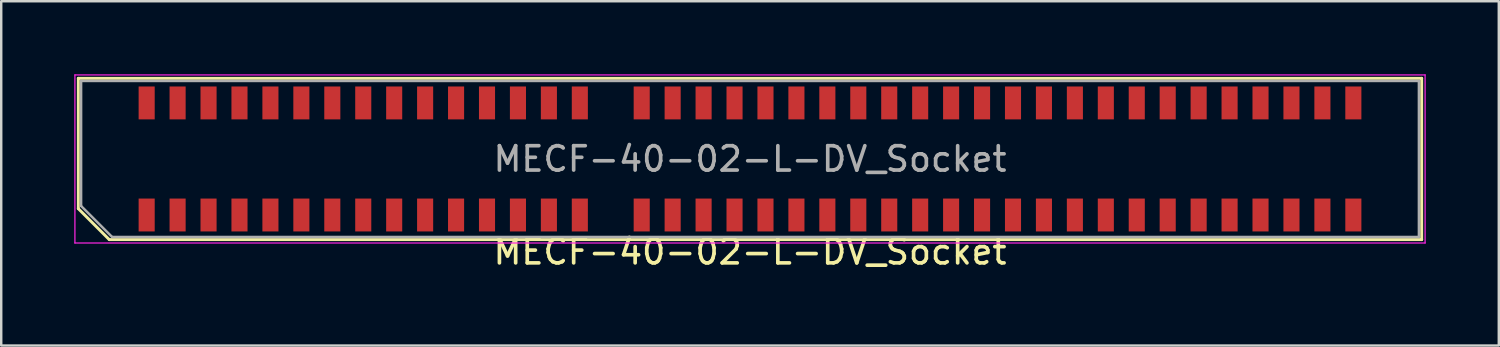
<source format=kicad_pcb>
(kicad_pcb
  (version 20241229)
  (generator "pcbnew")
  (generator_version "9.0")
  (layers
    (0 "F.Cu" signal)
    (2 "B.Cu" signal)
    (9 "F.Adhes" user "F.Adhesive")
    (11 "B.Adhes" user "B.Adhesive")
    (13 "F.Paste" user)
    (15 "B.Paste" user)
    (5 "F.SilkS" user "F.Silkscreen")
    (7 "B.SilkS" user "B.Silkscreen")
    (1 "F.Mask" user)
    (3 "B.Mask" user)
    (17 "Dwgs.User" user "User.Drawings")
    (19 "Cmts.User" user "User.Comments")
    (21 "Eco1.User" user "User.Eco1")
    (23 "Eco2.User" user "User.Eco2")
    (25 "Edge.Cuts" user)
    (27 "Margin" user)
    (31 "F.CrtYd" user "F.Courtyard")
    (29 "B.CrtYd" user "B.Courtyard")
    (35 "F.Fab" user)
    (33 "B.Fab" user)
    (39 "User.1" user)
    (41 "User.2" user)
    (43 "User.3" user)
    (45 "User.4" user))
  (footprint "MECF-40-02-L-DV_Socket"
    (layer "F.Cu")
    (at 27.735 3.475)
    (property "Reference" "MECF-40-02-L-DV_Socket" (at 0 3.81 0) (layer "F.SilkS") (effects (font (size 1 1) (thickness 0.15))))
    (attr smd)
    (fp_line (start -27.57 -3.31) (end 27.57 -3.31) (stroke (width 0.12) (type solid)) (layer "F.SilkS"))
    (fp_line (start -27.57 2.04) (end -27.57 -3.31) (stroke (width 0.12) (type solid)) (layer "F.SilkS"))
    (fp_line (start -26.3 3.31) (end -27.57 2.04) (stroke (width 0.12) (type solid)) (layer "F.SilkS"))
    (fp_line (start -26.3 3.31) (end 27.57 3.31) (stroke (width 0.12) (type solid)) (layer "F.SilkS"))
    (fp_line (start 27.57 3.31) (end 27.57 -3.31) (stroke (width 0.12) (type solid)) (layer "F.SilkS"))
    (fp_line (start -27.71 -3.45) (end -27.71 3.45) (stroke (width 0.05) (type solid)) (layer "F.CrtYd"))
    (fp_line (start -27.71 3.45) (end 27.71 3.45) (stroke (width 0.05) (type solid)) (layer "F.CrtYd"))
    (fp_line (start 27.71 -3.45) (end -27.71 -3.45) (stroke (width 0.05) (type solid)) (layer "F.CrtYd"))
    (fp_line (start 27.71 3.45) (end 27.71 -3.45) (stroke (width 0.05) (type solid)) (layer "F.CrtYd"))
    (fp_line (start -27.455 -3.2) (end 27.455 -3.2) (stroke (width 0.1) (type solid)) (layer "F.Fab"))
    (fp_line (start -27.455 1.93) (end -27.455 -3.2) (stroke (width 0.1) (type solid)) (layer "F.Fab"))
    (fp_line (start -27.455 1.93) (end -26.185 3.2) (stroke (width 0.1) (type solid)) (layer "F.Fab"))
    (fp_line (start -26.185 3.2) (end 27.455 3.2) (stroke (width 0.1) (type solid)) (layer "F.Fab"))
    (fp_line (start 27.455 3.2) (end 27.455 -3.2) (stroke (width 0.1) (type solid)) (layer "F.Fab"))
    (fp_text user "${REFERENCE}" (at 0 0 0) (layer "F.Fab") (effects (font (size 1 1) (thickness 0.15))))
    (pad "" np_thru_hole circle (at -26.545 0) (size 0.001 0.001) (drill 1.45) (layers "*.Cu" "*.Mask"))
    (pad "" np_thru_hole circle (at 26.545 1) (size 0.001 0.001) (drill 1.45) (layers "*.Cu" "*.Mask"))
    (pad "1" smd rect (at -24.765 2.3) (size 0.66 1.35) (layers "F.Cu" "F.Mask" "F.Paste"))
    (pad "2" smd rect (at -24.765 -2.3) (size 0.66 1.35) (layers "F.Cu" "F.Mask" "F.Paste"))
    (pad "3" smd rect (at -23.495 2.3) (size 0.66 1.35) (layers "F.Cu" "F.Mask" "F.Paste"))
    (pad "4" smd rect (at -23.495 -2.3) (size 0.66 1.35) (layers "F.Cu" "F.Mask" "F.Paste"))
    (pad "5" smd rect (at -22.225 2.3) (size 0.66 1.35) (layers "F.Cu" "F.Mask" "F.Paste"))
    (pad "6" smd rect (at -22.225 -2.3) (size 0.66 1.35) (layers "F.Cu" "F.Mask" "F.Paste"))
    (pad "7" smd rect (at -20.955 2.3) (size 0.66 1.35) (layers "F.Cu" "F.Mask" "F.Paste"))
    (pad "8" smd rect (at -20.955 -2.3) (size 0.66 1.35) (layers "F.Cu" "F.Mask" "F.Paste"))
    (pad "9" smd rect (at -19.685 2.3) (size 0.66 1.35) (layers "F.Cu" "F.Mask" "F.Paste"))
    (pad "10" smd rect (at -19.685 -2.3) (size 0.66 1.35) (layers "F.Cu" "F.Mask" "F.Paste"))
    (pad "11" smd rect (at -18.415 2.3) (size 0.66 1.35) (layers "F.Cu" "F.Mask" "F.Paste"))
    (pad "12" smd rect (at -18.415 -2.3) (size 0.66 1.35) (layers "F.Cu" "F.Mask" "F.Paste"))
    (pad "13" smd rect (at -17.145 2.3) (size 0.66 1.35) (layers "F.Cu" "F.Mask" "F.Paste"))
    (pad "14" smd rect (at -17.145 -2.3) (size 0.66 1.35) (layers "F.Cu" "F.Mask" "F.Paste"))
    (pad "15" smd rect (at -15.875 2.3) (size 0.66 1.35) (layers "F.Cu" "F.Mask" "F.Paste"))
    (pad "16" smd rect (at -15.875 -2.3) (size 0.66 1.35) (layers "F.Cu" "F.Mask" "F.Paste"))
    (pad "17" smd rect (at -14.605 2.3) (size 0.66 1.35) (layers "F.Cu" "F.Mask" "F.Paste"))
    (pad "18" smd rect (at -14.605 -2.3) (size 0.66 1.35) (layers "F.Cu" "F.Mask" "F.Paste"))
    (pad "19" smd rect (at -13.335 2.3) (size 0.66 1.35) (layers "F.Cu" "F.Mask" "F.Paste"))
    (pad "20" smd rect (at -13.335 -2.3) (size 0.66 1.35) (layers "F.Cu" "F.Mask" "F.Paste"))
    (pad "21" smd rect (at -12.065 2.3) (size 0.66 1.35) (layers "F.Cu" "F.Mask" "F.Paste"))
    (pad "22" smd rect (at -12.065 -2.3) (size 0.66 1.35) (layers "F.Cu" "F.Mask" "F.Paste"))
    (pad "23" smd rect (at -10.795 2.3) (size 0.66 1.35) (layers "F.Cu" "F.Mask" "F.Paste"))
    (pad "24" smd rect (at -10.795 -2.3) (size 0.66 1.35) (layers "F.Cu" "F.Mask" "F.Paste"))
    (pad "25" smd rect (at -9.525 2.3) (size 0.66 1.35) (layers "F.Cu" "F.Mask" "F.Paste"))
    (pad "26" smd rect (at -9.525 -2.3) (size 0.66 1.35) (layers "F.Cu" "F.Mask" "F.Paste"))
    (pad "27" smd rect (at -8.255 2.3) (size 0.66 1.35) (layers "F.Cu" "F.Mask" "F.Paste"))
    (pad "28" smd rect (at -8.255 -2.3) (size 0.66 1.35) (layers "F.Cu" "F.Mask" "F.Paste"))
    (pad "29" smd rect (at -6.985 2.3) (size 0.66 1.35) (layers "F.Cu" "F.Mask" "F.Paste"))
    (pad "30" smd rect (at -6.985 -2.3) (size 0.66 1.35) (layers "F.Cu" "F.Mask" "F.Paste"))
    (pad "33" smd rect (at -4.445 2.3) (size 0.66 1.35) (layers "F.Cu" "F.Mask" "F.Paste"))
    (pad "34" smd rect (at -4.445 -2.3) (size 0.66 1.35) (layers "F.Cu" "F.Mask" "F.Paste"))
    (pad "35" smd rect (at -3.175 2.3) (size 0.66 1.35) (layers "F.Cu" "F.Mask" "F.Paste"))
    (pad "36" smd rect (at -3.175 -2.3) (size 0.66 1.35) (layers "F.Cu" "F.Mask" "F.Paste"))
    (pad "37" smd rect (at -1.905 2.3) (size 0.66 1.35) (layers "F.Cu" "F.Mask" "F.Paste"))
    (pad "38" smd rect (at -1.905 -2.3) (size 0.66 1.35) (layers "F.Cu" "F.Mask" "F.Paste"))
    (pad "39" smd rect (at -0.635 2.3) (size 0.66 1.35) (layers "F.Cu" "F.Mask" "F.Paste"))
    (pad "40" smd rect (at -0.635 -2.3) (size 0.66 1.35) (layers "F.Cu" "F.Mask" "F.Paste"))
    (pad "41" smd rect (at 0.635 2.3) (size 0.66 1.35) (layers "F.Cu" "F.Mask" "F.Paste"))
    (pad "42" smd rect (at 0.635 -2.3) (size 0.66 1.35) (layers "F.Cu" "F.Mask" "F.Paste"))
    (pad "43" smd rect (at 1.905 2.3) (size 0.66 1.35) (layers "F.Cu" "F.Mask" "F.Paste"))
    (pad "44" smd rect (at 1.905 -2.3) (size 0.66 1.35) (layers "F.Cu" "F.Mask" "F.Paste"))
    (pad "45" smd rect (at 3.175 2.3) (size 0.66 1.35) (layers "F.Cu" "F.Mask" "F.Paste"))
    (pad "46" smd rect (at 3.175 -2.3) (size 0.66 1.35) (layers "F.Cu" "F.Mask" "F.Paste"))
    (pad "47" smd rect (at 4.445 2.3) (size 0.66 1.35) (layers "F.Cu" "F.Mask" "F.Paste"))
    (pad "48" smd rect (at 4.445 -2.3) (size 0.66 1.35) (layers "F.Cu" "F.Mask" "F.Paste"))
    (pad "49" smd rect (at 5.715 2.3) (size 0.66 1.35) (layers "F.Cu" "F.Mask" "F.Paste"))
    (pad "50" smd rect (at 5.715 -2.3) (size 0.66 1.35) (layers "F.Cu" "F.Mask" "F.Paste"))
    (pad "51" smd rect (at 6.985 2.3) (size 0.66 1.35) (layers "F.Cu" "F.Mask" "F.Paste"))
    (pad "52" smd rect (at 6.985 -2.3) (size 0.66 1.35) (layers "F.Cu" "F.Mask" "F.Paste"))
    (pad "53" smd rect (at 8.255 2.3) (size 0.66 1.35) (layers "F.Cu" "F.Mask" "F.Paste"))
    (pad "54" smd rect (at 8.255 -2.3) (size 0.66 1.35) (layers "F.Cu" "F.Mask" "F.Paste"))
    (pad "55" smd rect (at 9.525 2.3) (size 0.66 1.35) (layers "F.Cu" "F.Mask" "F.Paste"))
    (pad "56" smd rect (at 9.525 -2.3) (size 0.66 1.35) (layers "F.Cu" "F.Mask" "F.Paste"))
    (pad "57" smd rect (at 10.795 2.3) (size 0.66 1.35) (layers "F.Cu" "F.Mask" "F.Paste"))
    (pad "58" smd rect (at 10.795 -2.3) (size 0.66 1.35) (layers "F.Cu" "F.Mask" "F.Paste"))
    (pad "59" smd rect (at 12.065 2.3) (size 0.66 1.35) (layers "F.Cu" "F.Mask" "F.Paste"))
    (pad "60" smd rect (at 12.065 -2.3) (size 0.66 1.35) (layers "F.Cu" "F.Mask" "F.Paste"))
    (pad "61" smd rect (at 13.335 2.3) (size 0.66 1.35) (layers "F.Cu" "F.Mask" "F.Paste"))
    (pad "62" smd rect (at 13.335 -2.3) (size 0.66 1.35) (layers "F.Cu" "F.Mask" "F.Paste"))
    (pad "63" smd rect (at 14.605 2.3) (size 0.66 1.35) (layers "F.Cu" "F.Mask" "F.Paste"))
    (pad "64" smd rect (at 14.605 -2.3) (size 0.66 1.35) (layers "F.Cu" "F.Mask" "F.Paste"))
    (pad "65" smd rect (at 15.875 2.3) (size 0.66 1.35) (layers "F.Cu" "F.Mask" "F.Paste"))
    (pad "66" smd rect (at 15.875 -2.3) (size 0.66 1.35) (layers "F.Cu" "F.Mask" "F.Paste"))
    (pad "67" smd rect (at 17.145 2.3) (size 0.66 1.35) (layers "F.Cu" "F.Mask" "F.Paste"))
    (pad "68" smd rect (at 17.145 -2.3) (size 0.66 1.35) (layers "F.Cu" "F.Mask" "F.Paste"))
    (pad "69" smd rect (at 18.415 2.3) (size 0.66 1.35) (layers "F.Cu" "F.Mask" "F.Paste"))
    (pad "70" smd rect (at 18.415 -2.3) (size 0.66 1.35) (layers "F.Cu" "F.Mask" "F.Paste"))
    (pad "71" smd rect (at 19.685 2.3) (size 0.66 1.35) (layers "F.Cu" "F.Mask" "F.Paste"))
    (pad "72" smd rect (at 19.685 -2.3) (size 0.66 1.35) (layers "F.Cu" "F.Mask" "F.Paste"))
    (pad "73" smd rect (at 20.955 2.3) (size 0.66 1.35) (layers "F.Cu" "F.Mask" "F.Paste"))
    (pad "74" smd rect (at 20.955 -2.3) (size 0.66 1.35) (layers "F.Cu" "F.Mask" "F.Paste"))
    (pad "75" smd rect (at 22.225 2.3) (size 0.66 1.35) (layers "F.Cu" "F.Mask" "F.Paste"))
    (pad "76" smd rect (at 22.225 -2.3) (size 0.66 1.35) (layers "F.Cu" "F.Mask" "F.Paste"))
    (pad "77" smd rect (at 23.495 2.3) (size 0.66 1.35) (layers "F.Cu" "F.Mask" "F.Paste"))
    (pad "78" smd rect (at 23.495 -2.3) (size 0.66 1.35) (layers "F.Cu" "F.Mask" "F.Paste"))
    (pad "79" smd rect (at 24.765 2.3) (size 0.66 1.35) (layers "F.Cu" "F.Mask" "F.Paste"))
    (pad "80" smd rect (at 24.765 -2.3) (size 0.66 1.35) (layers "F.Cu" "F.Mask" "F.Paste")))
  (gr_rect
    (start -3 -3)
    (end 58.47 11.133)
    (stroke (width 0.1) (type default))
    (fill no)
    (layer "Edge.Cuts")))
</source>
